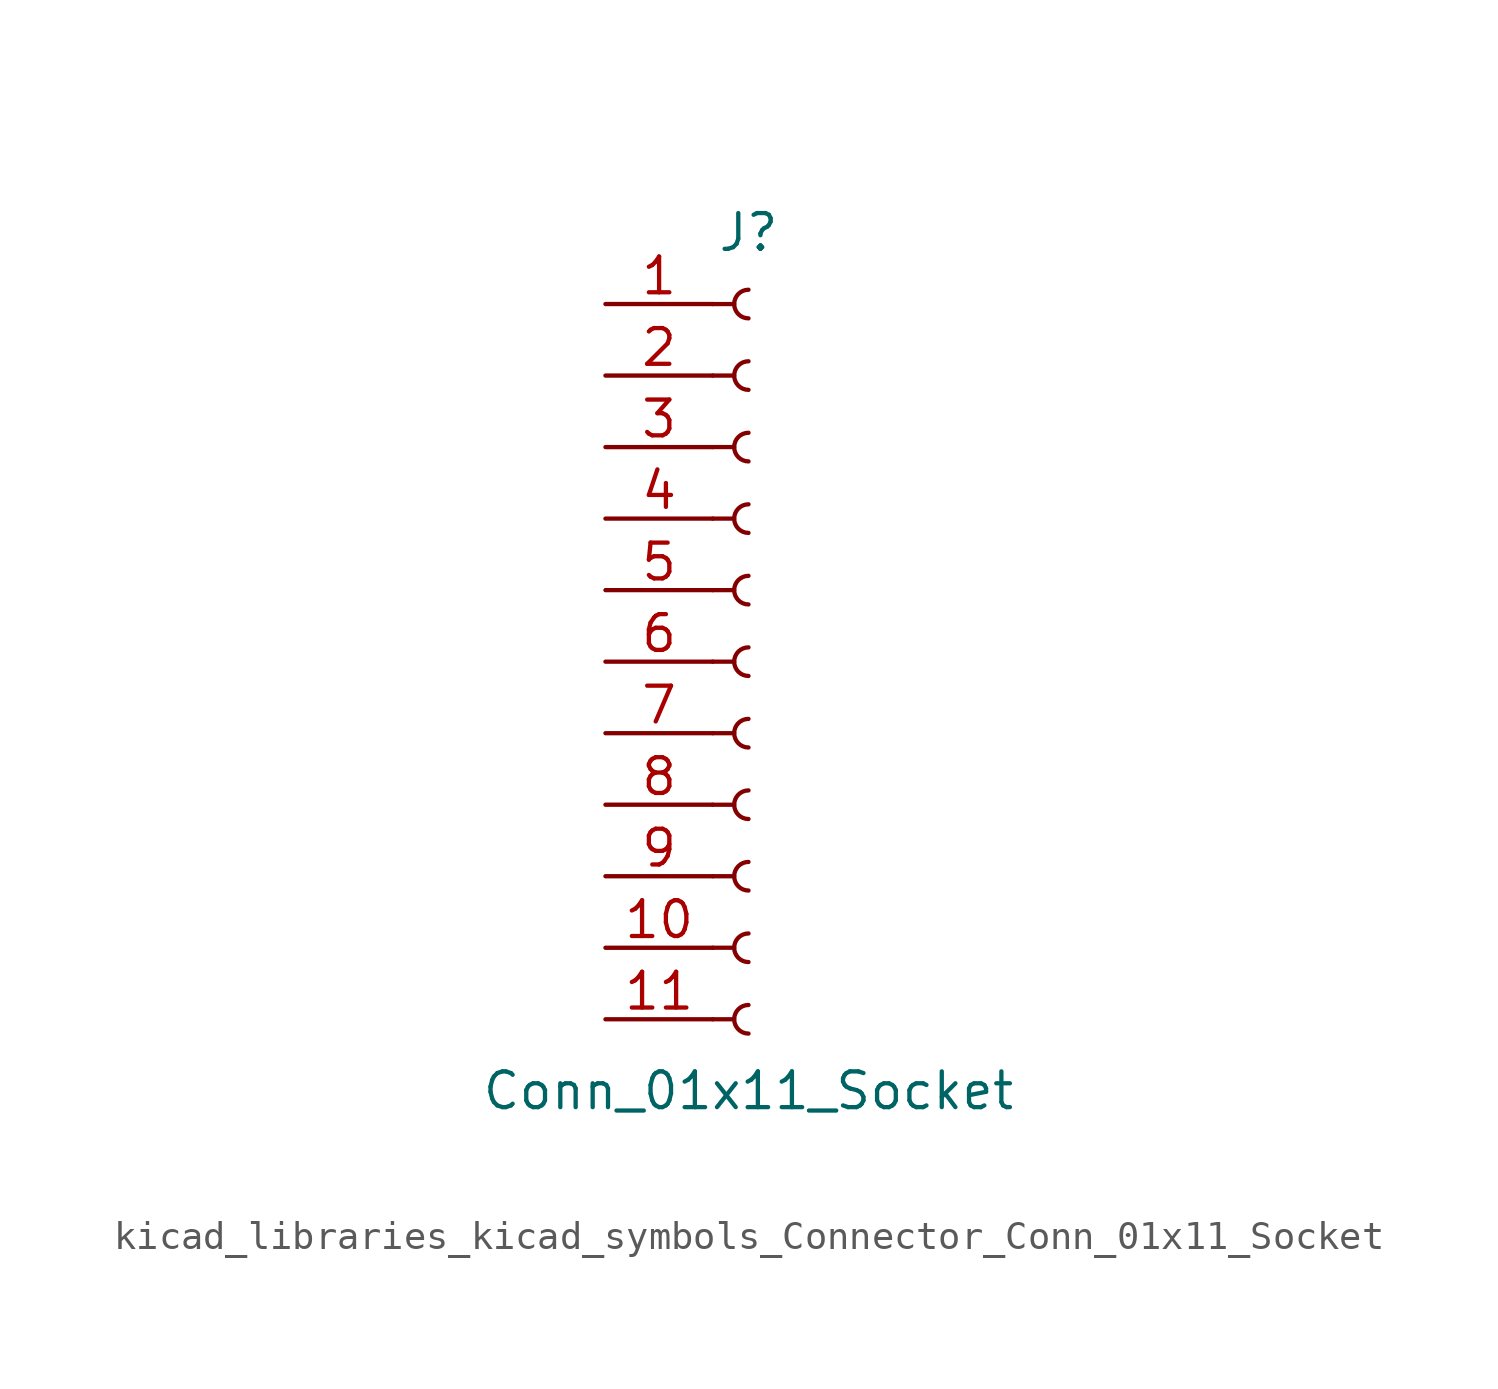
<source format=kicad_sym>
(kicad_symbol_lib
  (version 20220914)
  (generator kicad_symbol_editor)
  (symbol "kicad_libraries_kicad_symbols_Connector_Conn_01x11_Socket"
    (pin_names
      (offset 1.016) hide)
    (property "Reference" "J"
      (at 0 15.24 0)
      (effects (font (size 1.27 1.27))))
    (property "Value" "Conn_01x11_Socket"
      (at 0 -15.24 0)
      (effects (font (size 1.27 1.27))))
    (property "ki_locked" ""
      (at 0 0 0)
      (effects (font (size 1.27 1.27))))
    (symbol "kicad_libraries_kicad_symbols_Connector_Conn_01x11_Socket_1_1"
      (arc (start 0 -12.192) (mid -0.5058 -12.7) (end 0 -13.208) (stroke (width 0.1524) (type default)) (fill (type none)))
      (arc (start 0 -9.652) (mid -0.5058 -10.16) (end 0 -10.668) (stroke (width 0.1524) (type default)) (fill (type none)))
      (arc (start 0 -7.112) (mid -0.5058 -7.62) (end 0 -8.128) (stroke (width 0.1524) (type default)) (fill (type none)))
      (arc (start 0 -4.572) (mid -0.5058 -5.08) (end 0 -5.588) (stroke (width 0.1524) (type default)) (fill (type none)))
      (arc (start 0 -2.032) (mid -0.5058 -2.54) (end 0 -3.048) (stroke (width 0.1524) (type default)) (fill (type none)))
      (polyline (pts (xy -1.27 -12.7) (xy -0.508 -12.7)) (stroke (width 0.152) (type default)) (fill (type none)))
      (polyline (pts (xy -1.27 -10.16) (xy -0.508 -10.16)) (stroke (width 0.152) (type default)) (fill (type none)))
      (polyline (pts (xy -1.27 -7.62) (xy -0.508 -7.62)) (stroke (width 0.152) (type default)) (fill (type none)))
      (polyline (pts (xy -1.27 -5.08) (xy -0.508 -5.08)) (stroke (width 0.152) (type default)) (fill (type none)))
      (polyline (pts (xy -1.27 -2.54) (xy -0.508 -2.54)) (stroke (width 0.152) (type default)) (fill (type none)))
      (polyline (pts (xy -1.27 0) (xy -0.508 0)) (stroke (width 0.152) (type default)) (fill (type none)))
      (polyline (pts (xy -1.27 2.54) (xy -0.508 2.54)) (stroke (width 0.152) (type default)) (fill (type none)))
      (polyline (pts (xy -1.27 5.08) (xy -0.508 5.08)) (stroke (width 0.152) (type default)) (fill (type none)))
      (polyline (pts (xy -1.27 7.62) (xy -0.508 7.62)) (stroke (width 0.152) (type default)) (fill (type none)))
      (polyline (pts (xy -1.27 10.16) (xy -0.508 10.16)) (stroke (width 0.152) (type default)) (fill (type none)))
      (polyline (pts (xy -1.27 12.7) (xy -0.508 12.7)) (stroke (width 0.152) (type default)) (fill (type none)))
      (arc (start 0 0.508) (mid -0.5058 0) (end 0 -0.508) (stroke (width 0.1524) (type default)) (fill (type none)))
      (arc (start 0 3.048) (mid -0.5058 2.54) (end 0 2.032) (stroke (width 0.1524) (type default)) (fill (type none)))
      (arc (start 0 5.588) (mid -0.5058 5.08) (end 0 4.572) (stroke (width 0.1524) (type default)) (fill (type none)))
      (arc (start 0 8.128) (mid -0.5058 7.62) (end 0 7.112) (stroke (width 0.1524) (type default)) (fill (type none)))
      (arc (start 0 10.668) (mid -0.5058 10.16) (end 0 9.652) (stroke (width 0.1524) (type default)) (fill (type none)))
      (arc (start 0 13.208) (mid -0.5058 12.7) (end 0 12.192) (stroke (width 0.1524) (type default)) (fill (type none)))
      (pin passive line (at -5.08 12.7 0) (length 3.81) (name "Pin_1" (effects (font (size 1.27 1.27)))) (number "1" (effects (font (size 1.27 1.27)))))
      (pin passive line (at -5.08 -10.16 0) (length 3.81) (name "Pin_10" (effects (font (size 1.27 1.27)))) (number "10" (effects (font (size 1.27 1.27)))))
      (pin passive line (at -5.08 -12.7 0) (length 3.81) (name "Pin_11" (effects (font (size 1.27 1.27)))) (number "11" (effects (font (size 1.27 1.27)))))
      (pin passive line (at -5.08 10.16 0) (length 3.81) (name "Pin_2" (effects (font (size 1.27 1.27)))) (number "2" (effects (font (size 1.27 1.27)))))
      (pin passive line (at -5.08 7.62 0) (length 3.81) (name "Pin_3" (effects (font (size 1.27 1.27)))) (number "3" (effects (font (size 1.27 1.27)))))
      (pin passive line (at -5.08 5.08 0) (length 3.81) (name "Pin_4" (effects (font (size 1.27 1.27)))) (number "4" (effects (font (size 1.27 1.27)))))
      (pin passive line (at -5.08 2.54 0) (length 3.81) (name "Pin_5" (effects (font (size 1.27 1.27)))) (number "5" (effects (font (size 1.27 1.27)))))
      (pin passive line (at -5.08 0 0) (length 3.81) (name "Pin_6" (effects (font (size 1.27 1.27)))) (number "6" (effects (font (size 1.27 1.27)))))
      (pin passive line (at -5.08 -2.54 0) (length 3.81) (name "Pin_7" (effects (font (size 1.27 1.27)))) (number "7" (effects (font (size 1.27 1.27)))))
      (pin passive line (at -5.08 -5.08 0) (length 3.81) (name "Pin_8" (effects (font (size 1.27 1.27)))) (number "8" (effects (font (size 1.27 1.27)))))
      (pin passive line (at -5.08 -7.62 0) (length 3.81) (name "Pin_9" (effects (font (size 1.27 1.27)))) (number "9" (effects (font (size 1.27 1.27))))))))
</source>
